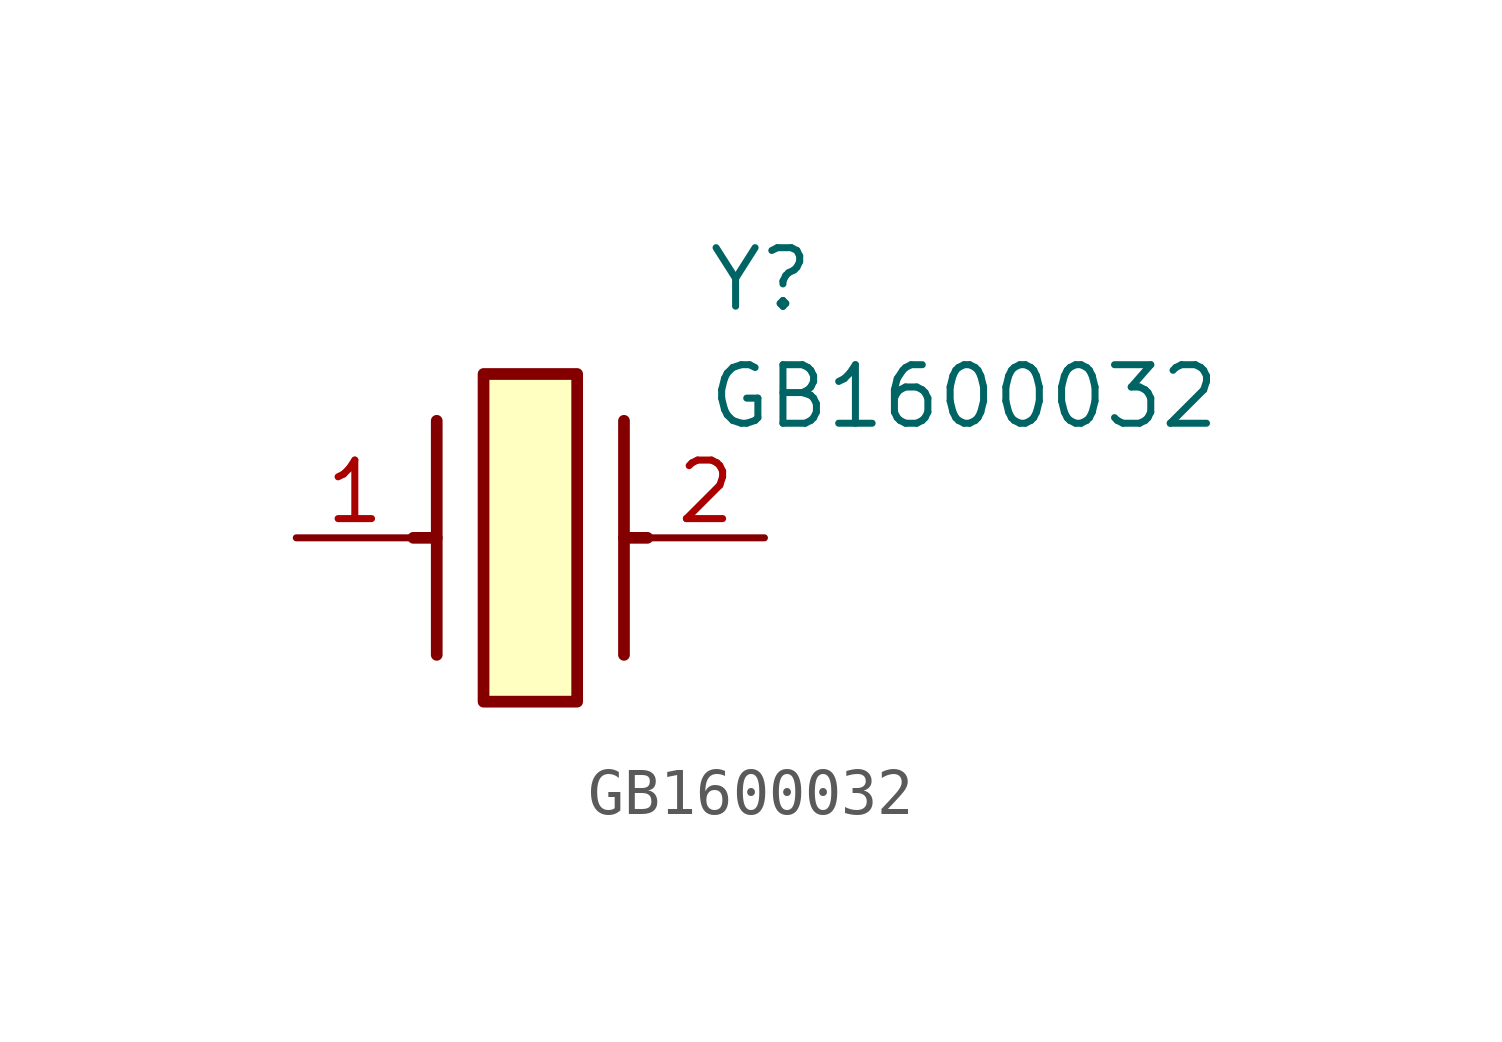
<source format=kicad_sym>
(kicad_symbol_lib
  (version 20211014)
  (generator SamacSys_ECAD_Model)
  (symbol "GB1600032"
    (pin_names hide)
    (property "Reference" "Y"
      (at 8.89 6.35 0)
      (effects (font (size 1.27 1.27)) (justify left top)))
    (property "Value" "GB1600032"
      (at 8.89 3.81 0)
      (effects (font (size 1.27 1.27)) (justify left top)))
    (rectangle
      (start 4.064 3.556)
      (end 6.096 -3.556)
      (stroke (width 0.254) (type default))
      (fill (type background)))
    (polyline
      (pts (xy 3.048 2.54) (xy 3.048 -2.54))
      (stroke (width 0.254) (type default))
      (fill (type none)))
    (polyline
      (pts (xy 7.112 2.54) (xy 7.112 -2.54))
      (stroke (width 0.254) (type default))
      (fill (type none)))
    (polyline
      (pts (xy 7.112 0) (xy 7.62 0))
      (stroke (width 0.254) (type default))
      (fill (type none)))
    (polyline
      (pts (xy 3.048 0) (xy 2.54 0))
      (stroke (width 0.254) (type default))
      (fill (type none)))
    (pin passive line
      (at 0 0 0)
      (length 2.54)
      (name "1" (effects (font (size 1.27 1.27))))
      (number "1" (effects (font (size 1.27 1.27)))))
    (pin passive line
      (at 10.16 0 180)
      (length 2.54)
      (name "2" (effects (font (size 1.27 1.27))))
      (number "2" (effects (font (size 1.27 1.27)))))))
</source>
